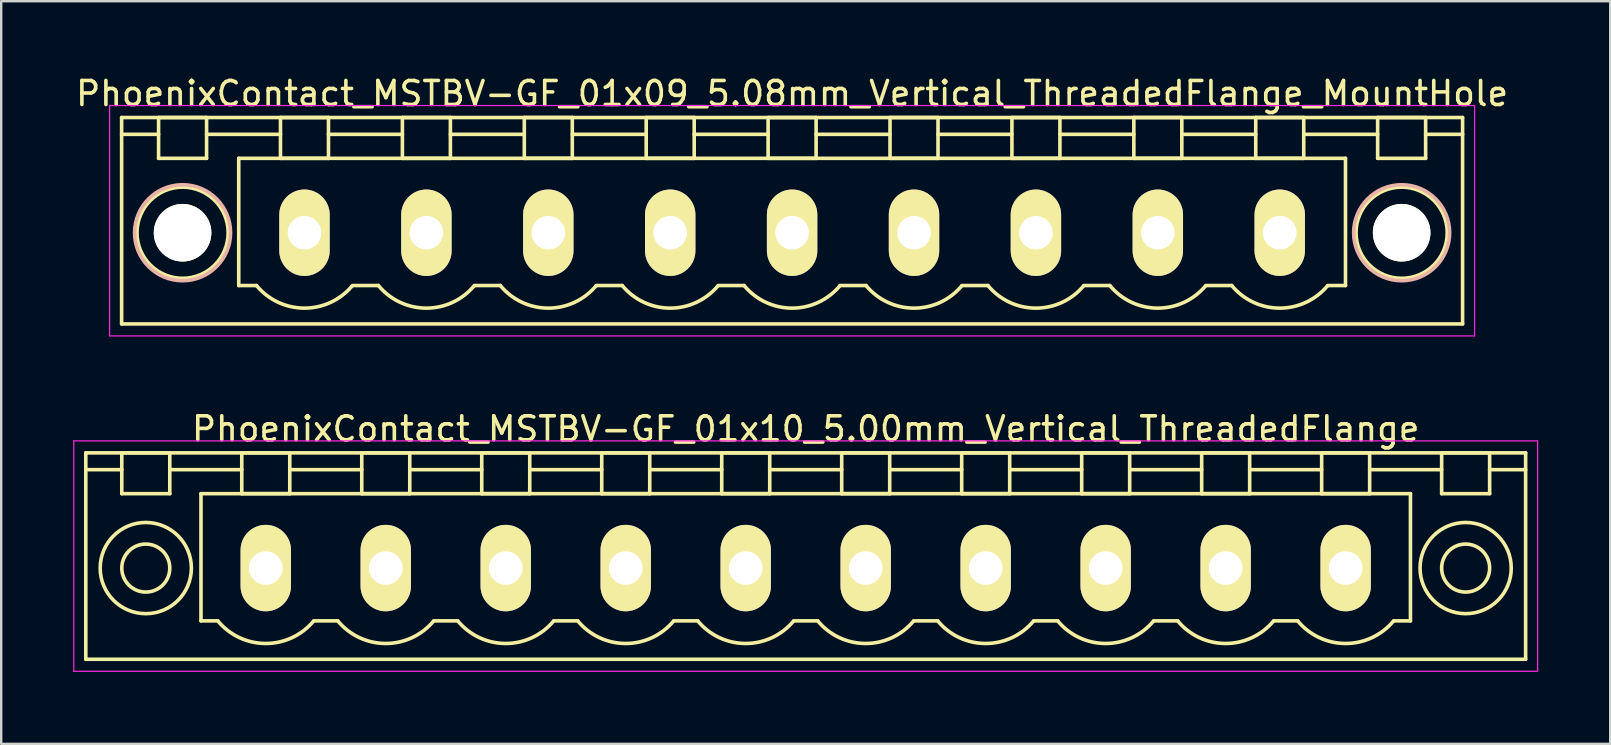
<source format=kicad_pcb>
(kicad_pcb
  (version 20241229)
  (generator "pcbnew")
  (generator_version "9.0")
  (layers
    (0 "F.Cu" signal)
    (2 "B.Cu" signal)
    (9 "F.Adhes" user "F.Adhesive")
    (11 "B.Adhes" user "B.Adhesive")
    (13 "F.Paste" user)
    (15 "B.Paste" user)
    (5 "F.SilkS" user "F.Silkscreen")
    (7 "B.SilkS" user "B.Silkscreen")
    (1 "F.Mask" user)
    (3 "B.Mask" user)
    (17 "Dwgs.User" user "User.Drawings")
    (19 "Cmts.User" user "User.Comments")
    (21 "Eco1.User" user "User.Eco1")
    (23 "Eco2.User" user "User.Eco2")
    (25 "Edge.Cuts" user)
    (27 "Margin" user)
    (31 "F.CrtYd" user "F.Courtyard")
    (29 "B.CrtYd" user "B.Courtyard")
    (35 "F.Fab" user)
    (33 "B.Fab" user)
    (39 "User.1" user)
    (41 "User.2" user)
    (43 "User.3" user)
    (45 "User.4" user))
  (footprint "PhoenixContact_MSTBV-GF_01x09_5.08mm_Vertical_ThreadedFlange_MountHole"
    (layer "F.Cu")
    (at 9.638 6.648)
    (property "Reference" "PhoenixContact_MSTBV-GF_01x09_5.08mm_Vertical_ThreadedFlange_MountHole" (at 20.32 -5.8 0) (layer "F.SilkS") (effects (font (size 1 1) (thickness 0.15))))
    (attr through_hole)
    (fp_line (start -7.62 -4.8) (end -7.62 3.8) (stroke (width 0.15) (type solid)) (layer "F.SilkS"))
    (fp_line (start -7.62 -4.1) (end -6.08 -4.1) (stroke (width 0.15) (type solid)) (layer "F.SilkS"))
    (fp_line (start -7.62 3.8) (end 48.26 3.8) (stroke (width 0.15) (type solid)) (layer "F.SilkS"))
    (fp_line (start -6.08 -4.8) (end -4.08 -4.8) (stroke (width 0.15) (type solid)) (layer "F.SilkS"))
    (fp_line (start -6.08 -3.1) (end -6.08 -4.8) (stroke (width 0.15) (type solid)) (layer "F.SilkS"))
    (fp_line (start -4.08 -4.8) (end -4.08 -3.1) (stroke (width 0.15) (type solid)) (layer "F.SilkS"))
    (fp_line (start -4.08 -4.1) (end -1 -4.1) (stroke (width 0.15) (type solid)) (layer "F.SilkS"))
    (fp_line (start -4.08 -3.1) (end -6.08 -3.1) (stroke (width 0.15) (type solid)) (layer "F.SilkS"))
    (fp_line (start -2.74 -3.1) (end 43.38 -3.1) (stroke (width 0.15) (type solid)) (layer "F.SilkS"))
    (fp_line (start -2.74 2.2) (end -2.74 -3.1) (stroke (width 0.15) (type solid)) (layer "F.SilkS"))
    (fp_line (start -2 2.2) (end -2.74 2.2) (stroke (width 0.15) (type solid)) (layer "F.SilkS"))
    (fp_line (start -1 -4.8) (end 1 -4.8) (stroke (width 0.15) (type solid)) (layer "F.SilkS"))
    (fp_line (start -1 -3.1) (end -1 -4.8) (stroke (width 0.15) (type solid)) (layer "F.SilkS"))
    (fp_line (start 1 -4.8) (end 1 -3.1) (stroke (width 0.15) (type solid)) (layer "F.SilkS"))
    (fp_line (start 1 -4.1) (end 4.08 -4.1) (stroke (width 0.15) (type solid)) (layer "F.SilkS"))
    (fp_line (start 1 -3.1) (end -1 -3.1) (stroke (width 0.15) (type solid)) (layer "F.SilkS"))
    (fp_line (start 2 2.2) (end 3.08 2.2) (stroke (width 0.15) (type solid)) (layer "F.SilkS"))
    (fp_line (start 4.08 -4.8) (end 6.08 -4.8) (stroke (width 0.15) (type solid)) (layer "F.SilkS"))
    (fp_line (start 4.08 -3.1) (end 4.08 -4.8) (stroke (width 0.15) (type solid)) (layer "F.SilkS"))
    (fp_line (start 6.08 -4.8) (end 6.08 -3.1) (stroke (width 0.15) (type solid)) (layer "F.SilkS"))
    (fp_line (start 6.08 -4.1) (end 9.16 -4.1) (stroke (width 0.15) (type solid)) (layer "F.SilkS"))
    (fp_line (start 6.08 -3.1) (end 4.08 -3.1) (stroke (width 0.15) (type solid)) (layer "F.SilkS"))
    (fp_line (start 7.08 2.2) (end 8.16 2.2) (stroke (width 0.15) (type solid)) (layer "F.SilkS"))
    (fp_line (start 9.16 -4.8) (end 11.16 -4.8) (stroke (width 0.15) (type solid)) (layer "F.SilkS"))
    (fp_line (start 9.16 -3.1) (end 9.16 -4.8) (stroke (width 0.15) (type solid)) (layer "F.SilkS"))
    (fp_line (start 11.16 -4.8) (end 11.16 -3.1) (stroke (width 0.15) (type solid)) (layer "F.SilkS"))
    (fp_line (start 11.16 -4.1) (end 14.24 -4.1) (stroke (width 0.15) (type solid)) (layer "F.SilkS"))
    (fp_line (start 11.16 -3.1) (end 9.16 -3.1) (stroke (width 0.15) (type solid)) (layer "F.SilkS"))
    (fp_line (start 12.16 2.2) (end 13.24 2.2) (stroke (width 0.15) (type solid)) (layer "F.SilkS"))
    (fp_line (start 14.24 -4.8) (end 16.24 -4.8) (stroke (width 0.15) (type solid)) (layer "F.SilkS"))
    (fp_line (start 14.24 -3.1) (end 14.24 -4.8) (stroke (width 0.15) (type solid)) (layer "F.SilkS"))
    (fp_line (start 16.24 -4.8) (end 16.24 -3.1) (stroke (width 0.15) (type solid)) (layer "F.SilkS"))
    (fp_line (start 16.24 -4.1) (end 19.32 -4.1) (stroke (width 0.15) (type solid)) (layer "F.SilkS"))
    (fp_line (start 16.24 -3.1) (end 14.24 -3.1) (stroke (width 0.15) (type solid)) (layer "F.SilkS"))
    (fp_line (start 17.24 2.2) (end 18.32 2.2) (stroke (width 0.15) (type solid)) (layer "F.SilkS"))
    (fp_line (start 19.32 -4.8) (end 21.32 -4.8) (stroke (width 0.15) (type solid)) (layer "F.SilkS"))
    (fp_line (start 19.32 -3.1) (end 19.32 -4.8) (stroke (width 0.15) (type solid)) (layer "F.SilkS"))
    (fp_line (start 21.32 -4.8) (end 21.32 -3.1) (stroke (width 0.15) (type solid)) (layer "F.SilkS"))
    (fp_line (start 21.32 -4.1) (end 24.4 -4.1) (stroke (width 0.15) (type solid)) (layer "F.SilkS"))
    (fp_line (start 21.32 -3.1) (end 19.32 -3.1) (stroke (width 0.15) (type solid)) (layer "F.SilkS"))
    (fp_line (start 22.32 2.2) (end 23.4 2.2) (stroke (width 0.15) (type solid)) (layer "F.SilkS"))
    (fp_line (start 24.4 -4.8) (end 26.4 -4.8) (stroke (width 0.15) (type solid)) (layer "F.SilkS"))
    (fp_line (start 24.4 -3.1) (end 24.4 -4.8) (stroke (width 0.15) (type solid)) (layer "F.SilkS"))
    (fp_line (start 26.4 -4.8) (end 26.4 -3.1) (stroke (width 0.15) (type solid)) (layer "F.SilkS"))
    (fp_line (start 26.4 -4.1) (end 29.48 -4.1) (stroke (width 0.15) (type solid)) (layer "F.SilkS"))
    (fp_line (start 26.4 -3.1) (end 24.4 -3.1) (stroke (width 0.15) (type solid)) (layer "F.SilkS"))
    (fp_line (start 27.4 2.2) (end 28.48 2.2) (stroke (width 0.15) (type solid)) (layer "F.SilkS"))
    (fp_line (start 29.48 -4.8) (end 31.48 -4.8) (stroke (width 0.15) (type solid)) (layer "F.SilkS"))
    (fp_line (start 29.48 -3.1) (end 29.48 -4.8) (stroke (width 0.15) (type solid)) (layer "F.SilkS"))
    (fp_line (start 31.48 -4.8) (end 31.48 -3.1) (stroke (width 0.15) (type solid)) (layer "F.SilkS"))
    (fp_line (start 31.48 -4.1) (end 34.56 -4.1) (stroke (width 0.15) (type solid)) (layer "F.SilkS"))
    (fp_line (start 31.48 -3.1) (end 29.48 -3.1) (stroke (width 0.15) (type solid)) (layer "F.SilkS"))
    (fp_line (start 32.48 2.2) (end 33.56 2.2) (stroke (width 0.15) (type solid)) (layer "F.SilkS"))
    (fp_line (start 34.56 -4.8) (end 36.56 -4.8) (stroke (width 0.15) (type solid)) (layer "F.SilkS"))
    (fp_line (start 34.56 -3.1) (end 34.56 -4.8) (stroke (width 0.15) (type solid)) (layer "F.SilkS"))
    (fp_line (start 36.56 -4.8) (end 36.56 -3.1) (stroke (width 0.15) (type solid)) (layer "F.SilkS"))
    (fp_line (start 36.56 -4.1) (end 39.64 -4.1) (stroke (width 0.15) (type solid)) (layer "F.SilkS"))
    (fp_line (start 36.56 -3.1) (end 34.56 -3.1) (stroke (width 0.15) (type solid)) (layer "F.SilkS"))
    (fp_line (start 37.56 2.2) (end 38.64 2.2) (stroke (width 0.15) (type solid)) (layer "F.SilkS"))
    (fp_line (start 39.64 -4.8) (end 41.64 -4.8) (stroke (width 0.15) (type solid)) (layer "F.SilkS"))
    (fp_line (start 39.64 -3.1) (end 39.64 -4.8) (stroke (width 0.15) (type solid)) (layer "F.SilkS"))
    (fp_line (start 41.64 -4.8) (end 41.64 -3.1) (stroke (width 0.15) (type solid)) (layer "F.SilkS"))
    (fp_line (start 41.64 -4.1) (end 44.72 -4.1) (stroke (width 0.15) (type solid)) (layer "F.SilkS"))
    (fp_line (start 41.64 -3.1) (end 39.64 -3.1) (stroke (width 0.15) (type solid)) (layer "F.SilkS"))
    (fp_line (start 43.38 -3.1) (end 43.38 2.2) (stroke (width 0.15) (type solid)) (layer "F.SilkS"))
    (fp_line (start 43.38 2.2) (end 42.64 2.2) (stroke (width 0.15) (type solid)) (layer "F.SilkS"))
    (fp_line (start 44.72 -4.8) (end 46.72 -4.8) (stroke (width 0.15) (type solid)) (layer "F.SilkS"))
    (fp_line (start 44.72 -3.1) (end 44.72 -4.8) (stroke (width 0.15) (type solid)) (layer "F.SilkS"))
    (fp_line (start 46.72 -4.8) (end 46.72 -3.1) (stroke (width 0.15) (type solid)) (layer "F.SilkS"))
    (fp_line (start 46.72 -3.1) (end 44.72 -3.1) (stroke (width 0.15) (type solid)) (layer "F.SilkS"))
    (fp_line (start 48.26 -4.8) (end -7.62 -4.8) (stroke (width 0.15) (type solid)) (layer "F.SilkS"))
    (fp_line (start 48.26 -4.1) (end 46.72 -4.1) (stroke (width 0.15) (type solid)) (layer "F.SilkS"))
    (fp_line (start 48.26 3.8) (end 48.26 -4.8) (stroke (width 0.15) (type solid)) (layer "F.SilkS"))
    (fp_arc (start 1.986842 2.215821) (mid -0.010289 3.142758) (end -2 2.2) (stroke (width 0.15) (type solid)) (layer "F.SilkS"))
    (fp_arc (start 7.066842 2.215821) (mid 5.069711 3.142758) (end 3.08 2.2) (stroke (width 0.15) (type solid)) (layer "F.SilkS"))
    (fp_arc (start 12.146842 2.215821) (mid 10.149711 3.142758) (end 8.16 2.2) (stroke (width 0.15) (type solid)) (layer "F.SilkS"))
    (fp_arc (start 17.226842 2.215821) (mid 15.229711 3.142758) (end 13.24 2.2) (stroke (width 0.15) (type solid)) (layer "F.SilkS"))
    (fp_arc (start 22.306842 2.215821) (mid 20.309711 3.142758) (end 18.32 2.2) (stroke (width 0.15) (type solid)) (layer "F.SilkS"))
    (fp_arc (start 27.386842 2.215821) (mid 25.389711 3.142758) (end 23.4 2.2) (stroke (width 0.15) (type solid)) (layer "F.SilkS"))
    (fp_arc (start 32.466842 2.215821) (mid 30.469711 3.142758) (end 28.48 2.2) (stroke (width 0.15) (type solid)) (layer "F.SilkS"))
    (fp_arc (start 37.546842 2.215821) (mid 35.549711 3.142758) (end 33.56 2.2) (stroke (width 0.15) (type solid)) (layer "F.SilkS"))
    (fp_arc (start 42.626842 2.215821) (mid 40.629711 3.142758) (end 38.64 2.2) (stroke (width 0.15) (type solid)) (layer "F.SilkS"))
    (fp_circle (center -5.08 0) (end -4.08 0) (stroke (width 0.15) (type solid)) (fill no) (layer "F.SilkS"))
    (fp_circle (center -5.08 0) (end -3.18 0) (stroke (width 0.15) (type solid)) (fill no) (layer "F.SilkS"))
    (fp_circle (center 45.72 0) (end 46.72 0) (stroke (width 0.15) (type solid)) (fill no) (layer "F.SilkS"))
    (fp_circle (center 45.72 0) (end 47.62 0) (stroke (width 0.15) (type solid)) (fill no) (layer "F.SilkS"))
    (fp_circle (center -5.08 0) (end -3.08 0) (stroke (width 0.15) (type solid)) (fill no) (layer "B.SilkS"))
    (fp_circle (center 45.72 0) (end 47.72 0) (stroke (width 0.15) (type solid)) (fill no) (layer "B.SilkS"))
    (fp_line (start -8.12 -5.3) (end -8.12 4.3) (stroke (width 0.05) (type solid)) (layer "F.CrtYd"))
    (fp_line (start -8.12 4.3) (end 48.76 4.3) (stroke (width 0.05) (type solid)) (layer "F.CrtYd"))
    (fp_line (start 48.76 -5.3) (end -8.12 -5.3) (stroke (width 0.05) (type solid)) (layer "F.CrtYd"))
    (fp_line (start 48.76 4.3) (end 48.76 -5.3) (stroke (width 0.05) (type solid)) (layer "F.CrtYd"))
    (pad "" np_thru_hole circle (at -5.08 0) (size 2.4 2.4) (drill 2.4) (layers "*.Cu" "*.Mask" "F.SilkS"))
    (pad "" np_thru_hole circle (at 45.72 0) (size 2.4 2.4) (drill 2.4) (layers "*.Cu" "*.Mask" "F.SilkS"))
    (pad "1" thru_hole oval (at 0 0) (size 2.1 3.6) (drill 1.4) (layers "*.Cu" "*.Mask" "F.SilkS"))
    (pad "2" thru_hole oval (at 5.08 0) (size 2.1 3.6) (drill 1.4) (layers "*.Cu" "*.Mask" "F.SilkS"))
    (pad "3" thru_hole oval (at 10.16 0) (size 2.1 3.6) (drill 1.4) (layers "*.Cu" "*.Mask" "F.SilkS"))
    (pad "4" thru_hole oval (at 15.24 0) (size 2.1 3.6) (drill 1.4) (layers "*.Cu" "*.Mask" "F.SilkS"))
    (pad "5" thru_hole oval (at 20.32 0) (size 2.1 3.6) (drill 1.4) (layers "*.Cu" "*.Mask" "F.SilkS"))
    (pad "6" thru_hole oval (at 25.4 0) (size 2.1 3.6) (drill 1.4) (layers "*.Cu" "*.Mask" "F.SilkS"))
    (pad "7" thru_hole oval (at 30.48 0) (size 2.1 3.6) (drill 1.4) (layers "*.Cu" "*.Mask" "F.SilkS"))
    (pad "8" thru_hole oval (at 35.56 0) (size 2.1 3.6) (drill 1.4) (layers "*.Cu" "*.Mask" "F.SilkS"))
    (pad "9" thru_hole oval (at 40.64 0) (size 2.1 3.6) (drill 1.4) (layers "*.Cu" "*.Mask" "F.SilkS")))
  (footprint "PhoenixContact_MSTBV-GF_01x10_5.00mm_Vertical_ThreadedFlange"
    (layer "F.Cu")
    (at 8.025 20.622)
    (property "Reference" "PhoenixContact_MSTBV-GF_01x10_5.00mm_Vertical_ThreadedFlange" (at 22.5 -5.8 0) (layer "F.SilkS") (effects (font (size 1 1) (thickness 0.15))))
    (attr through_hole)
    (fp_line (start -7.5 -4.8) (end -7.5 3.8) (stroke (width 0.15) (type solid)) (layer "F.SilkS"))
    (fp_line (start -7.5 -4.1) (end -6 -4.1) (stroke (width 0.15) (type solid)) (layer "F.SilkS"))
    (fp_line (start -7.5 3.8) (end 52.5 3.8) (stroke (width 0.15) (type solid)) (layer "F.SilkS"))
    (fp_line (start -6 -4.8) (end -4 -4.8) (stroke (width 0.15) (type solid)) (layer "F.SilkS"))
    (fp_line (start -6 -3.1) (end -6 -4.8) (stroke (width 0.15) (type solid)) (layer "F.SilkS"))
    (fp_line (start -4 -4.8) (end -4 -3.1) (stroke (width 0.15) (type solid)) (layer "F.SilkS"))
    (fp_line (start -4 -4.1) (end -1 -4.1) (stroke (width 0.15) (type solid)) (layer "F.SilkS"))
    (fp_line (start -4 -3.1) (end -6 -3.1) (stroke (width 0.15) (type solid)) (layer "F.SilkS"))
    (fp_line (start -2.7 -3.1) (end 47.7 -3.1) (stroke (width 0.15) (type solid)) (layer "F.SilkS"))
    (fp_line (start -2.7 2.2) (end -2.7 -3.1) (stroke (width 0.15) (type solid)) (layer "F.SilkS"))
    (fp_line (start -2 2.2) (end -2.7 2.2) (stroke (width 0.15) (type solid)) (layer "F.SilkS"))
    (fp_line (start -1 -4.8) (end 1 -4.8) (stroke (width 0.15) (type solid)) (layer "F.SilkS"))
    (fp_line (start -1 -3.1) (end -1 -4.8) (stroke (width 0.15) (type solid)) (layer "F.SilkS"))
    (fp_line (start 1 -4.8) (end 1 -3.1) (stroke (width 0.15) (type solid)) (layer "F.SilkS"))
    (fp_line (start 1 -4.1) (end 4 -4.1) (stroke (width 0.15) (type solid)) (layer "F.SilkS"))
    (fp_line (start 1 -3.1) (end -1 -3.1) (stroke (width 0.15) (type solid)) (layer "F.SilkS"))
    (fp_line (start 2 2.2) (end 3 2.2) (stroke (width 0.15) (type solid)) (layer "F.SilkS"))
    (fp_line (start 4 -4.8) (end 6 -4.8) (stroke (width 0.15) (type solid)) (layer "F.SilkS"))
    (fp_line (start 4 -3.1) (end 4 -4.8) (stroke (width 0.15) (type solid)) (layer "F.SilkS"))
    (fp_line (start 6 -4.8) (end 6 -3.1) (stroke (width 0.15) (type solid)) (layer "F.SilkS"))
    (fp_line (start 6 -4.1) (end 9 -4.1) (stroke (width 0.15) (type solid)) (layer "F.SilkS"))
    (fp_line (start 6 -3.1) (end 4 -3.1) (stroke (width 0.15) (type solid)) (layer "F.SilkS"))
    (fp_line (start 7 2.2) (end 8 2.2) (stroke (width 0.15) (type solid)) (layer "F.SilkS"))
    (fp_line (start 9 -4.8) (end 11 -4.8) (stroke (width 0.15) (type solid)) (layer "F.SilkS"))
    (fp_line (start 9 -3.1) (end 9 -4.8) (stroke (width 0.15) (type solid)) (layer "F.SilkS"))
    (fp_line (start 11 -4.8) (end 11 -3.1) (stroke (width 0.15) (type solid)) (layer "F.SilkS"))
    (fp_line (start 11 -4.1) (end 14 -4.1) (stroke (width 0.15) (type solid)) (layer "F.SilkS"))
    (fp_line (start 11 -3.1) (end 9 -3.1) (stroke (width 0.15) (type solid)) (layer "F.SilkS"))
    (fp_line (start 12 2.2) (end 13 2.2) (stroke (width 0.15) (type solid)) (layer "F.SilkS"))
    (fp_line (start 14 -4.8) (end 16 -4.8) (stroke (width 0.15) (type solid)) (layer "F.SilkS"))
    (fp_line (start 14 -3.1) (end 14 -4.8) (stroke (width 0.15) (type solid)) (layer "F.SilkS"))
    (fp_line (start 16 -4.8) (end 16 -3.1) (stroke (width 0.15) (type solid)) (layer "F.SilkS"))
    (fp_line (start 16 -4.1) (end 19 -4.1) (stroke (width 0.15) (type solid)) (layer "F.SilkS"))
    (fp_line (start 16 -3.1) (end 14 -3.1) (stroke (width 0.15) (type solid)) (layer "F.SilkS"))
    (fp_line (start 17 2.2) (end 18 2.2) (stroke (width 0.15) (type solid)) (layer "F.SilkS"))
    (fp_line (start 19 -4.8) (end 21 -4.8) (stroke (width 0.15) (type solid)) (layer "F.SilkS"))
    (fp_line (start 19 -3.1) (end 19 -4.8) (stroke (width 0.15) (type solid)) (layer "F.SilkS"))
    (fp_line (start 21 -4.8) (end 21 -3.1) (stroke (width 0.15) (type solid)) (layer "F.SilkS"))
    (fp_line (start 21 -4.1) (end 24 -4.1) (stroke (width 0.15) (type solid)) (layer "F.SilkS"))
    (fp_line (start 21 -3.1) (end 19 -3.1) (stroke (width 0.15) (type solid)) (layer "F.SilkS"))
    (fp_line (start 22 2.2) (end 23 2.2) (stroke (width 0.15) (type solid)) (layer "F.SilkS"))
    (fp_line (start 24 -4.8) (end 26 -4.8) (stroke (width 0.15) (type solid)) (layer "F.SilkS"))
    (fp_line (start 24 -3.1) (end 24 -4.8) (stroke (width 0.15) (type solid)) (layer "F.SilkS"))
    (fp_line (start 26 -4.8) (end 26 -3.1) (stroke (width 0.15) (type solid)) (layer "F.SilkS"))
    (fp_line (start 26 -4.1) (end 29 -4.1) (stroke (width 0.15) (type solid)) (layer "F.SilkS"))
    (fp_line (start 26 -3.1) (end 24 -3.1) (stroke (width 0.15) (type solid)) (layer "F.SilkS"))
    (fp_line (start 27 2.2) (end 28 2.2) (stroke (width 0.15) (type solid)) (layer "F.SilkS"))
    (fp_line (start 29 -4.8) (end 31 -4.8) (stroke (width 0.15) (type solid)) (layer "F.SilkS"))
    (fp_line (start 29 -3.1) (end 29 -4.8) (stroke (width 0.15) (type solid)) (layer "F.SilkS"))
    (fp_line (start 31 -4.8) (end 31 -3.1) (stroke (width 0.15) (type solid)) (layer "F.SilkS"))
    (fp_line (start 31 -4.1) (end 34 -4.1) (stroke (width 0.15) (type solid)) (layer "F.SilkS"))
    (fp_line (start 31 -3.1) (end 29 -3.1) (stroke (width 0.15) (type solid)) (layer "F.SilkS"))
    (fp_line (start 32 2.2) (end 33 2.2) (stroke (width 0.15) (type solid)) (layer "F.SilkS"))
    (fp_line (start 34 -4.8) (end 36 -4.8) (stroke (width 0.15) (type solid)) (layer "F.SilkS"))
    (fp_line (start 34 -3.1) (end 34 -4.8) (stroke (width 0.15) (type solid)) (layer "F.SilkS"))
    (fp_line (start 36 -4.8) (end 36 -3.1) (stroke (width 0.15) (type solid)) (layer "F.SilkS"))
    (fp_line (start 36 -4.1) (end 39 -4.1) (stroke (width 0.15) (type solid)) (layer "F.SilkS"))
    (fp_line (start 36 -3.1) (end 34 -3.1) (stroke (width 0.15) (type solid)) (layer "F.SilkS"))
    (fp_line (start 37 2.2) (end 38 2.2) (stroke (width 0.15) (type solid)) (layer "F.SilkS"))
    (fp_line (start 39 -4.8) (end 41 -4.8) (stroke (width 0.15) (type solid)) (layer "F.SilkS"))
    (fp_line (start 39 -3.1) (end 39 -4.8) (stroke (width 0.15) (type solid)) (layer "F.SilkS"))
    (fp_line (start 41 -4.8) (end 41 -3.1) (stroke (width 0.15) (type solid)) (layer "F.SilkS"))
    (fp_line (start 41 -4.1) (end 44 -4.1) (stroke (width 0.15) (type solid)) (layer "F.SilkS"))
    (fp_line (start 41 -3.1) (end 39 -3.1) (stroke (width 0.15) (type solid)) (layer "F.SilkS"))
    (fp_line (start 42 2.2) (end 43 2.2) (stroke (width 0.15) (type solid)) (layer "F.SilkS"))
    (fp_line (start 44 -4.8) (end 46 -4.8) (stroke (width 0.15) (type solid)) (layer "F.SilkS"))
    (fp_line (start 44 -3.1) (end 44 -4.8) (stroke (width 0.15) (type solid)) (layer "F.SilkS"))
    (fp_line (start 46 -4.8) (end 46 -3.1) (stroke (width 0.15) (type solid)) (layer "F.SilkS"))
    (fp_line (start 46 -4.1) (end 49 -4.1) (stroke (width 0.15) (type solid)) (layer "F.SilkS"))
    (fp_line (start 46 -3.1) (end 44 -3.1) (stroke (width 0.15) (type solid)) (layer "F.SilkS"))
    (fp_line (start 47.7 -3.1) (end 47.7 2.2) (stroke (width 0.15) (type solid)) (layer "F.SilkS"))
    (fp_line (start 47.7 2.2) (end 47 2.2) (stroke (width 0.15) (type solid)) (layer "F.SilkS"))
    (fp_line (start 49 -4.8) (end 51 -4.8) (stroke (width 0.15) (type solid)) (layer "F.SilkS"))
    (fp_line (start 49 -3.1) (end 49 -4.8) (stroke (width 0.15) (type solid)) (layer "F.SilkS"))
    (fp_line (start 51 -4.8) (end 51 -3.1) (stroke (width 0.15) (type solid)) (layer "F.SilkS"))
    (fp_line (start 51 -3.1) (end 49 -3.1) (stroke (width 0.15) (type solid)) (layer "F.SilkS"))
    (fp_line (start 52.5 -4.8) (end -7.5 -4.8) (stroke (width 0.15) (type solid)) (layer "F.SilkS"))
    (fp_line (start 52.5 -4.1) (end 51 -4.1) (stroke (width 0.15) (type solid)) (layer "F.SilkS"))
    (fp_line (start 52.5 3.8) (end 52.5 -4.8) (stroke (width 0.15) (type solid)) (layer "F.SilkS"))
    (fp_arc (start 1.986842 2.215821) (mid -0.010289 3.142758) (end -2 2.2) (stroke (width 0.15) (type solid)) (layer "F.SilkS"))
    (fp_arc (start 6.986842 2.215821) (mid 4.989711 3.142758) (end 3 2.2) (stroke (width 0.15) (type solid)) (layer "F.SilkS"))
    (fp_arc (start 11.986842 2.215821) (mid 9.989711 3.142758) (end 8 2.2) (stroke (width 0.15) (type solid)) (layer "F.SilkS"))
    (fp_arc (start 16.986842 2.215821) (mid 14.989711 3.142758) (end 13 2.2) (stroke (width 0.15) (type solid)) (layer "F.SilkS"))
    (fp_arc (start 21.986842 2.215821) (mid 19.989711 3.142758) (end 18 2.2) (stroke (width 0.15) (type solid)) (layer "F.SilkS"))
    (fp_arc (start 26.986842 2.215821) (mid 24.989711 3.142758) (end 23 2.2) (stroke (width 0.15) (type solid)) (layer "F.SilkS"))
    (fp_arc (start 31.986842 2.215821) (mid 29.989711 3.142758) (end 28 2.2) (stroke (width 0.15) (type solid)) (layer "F.SilkS"))
    (fp_arc (start 36.986842 2.215821) (mid 34.989711 3.142758) (end 33 2.2) (stroke (width 0.15) (type solid)) (layer "F.SilkS"))
    (fp_arc (start 41.986842 2.215821) (mid 39.989711 3.142758) (end 38 2.2) (stroke (width 0.15) (type solid)) (layer "F.SilkS"))
    (fp_arc (start 46.986842 2.215821) (mid 44.989711 3.142758) (end 43 2.2) (stroke (width 0.15) (type solid)) (layer "F.SilkS"))
    (fp_circle (center -5 0) (end -4 0) (stroke (width 0.15) (type solid)) (fill no) (layer "F.SilkS"))
    (fp_circle (center -5 0) (end -3.1 0) (stroke (width 0.15) (type solid)) (fill no) (layer "F.SilkS"))
    (fp_circle (center 50 0) (end 51 0) (stroke (width 0.15) (type solid)) (fill no) (layer "F.SilkS"))
    (fp_circle (center 50 0) (end 51.9 0) (stroke (width 0.15) (type solid)) (fill no) (layer "F.SilkS"))
    (fp_line (start -8 -5.3) (end -8 4.3) (stroke (width 0.05) (type solid)) (layer "F.CrtYd"))
    (fp_line (start -8 4.3) (end 53 4.3) (stroke (width 0.05) (type solid)) (layer "F.CrtYd"))
    (fp_line (start 53 -5.3) (end -8 -5.3) (stroke (width 0.05) (type solid)) (layer "F.CrtYd"))
    (fp_line (start 53 4.3) (end 53 -5.3) (stroke (width 0.05) (type solid)) (layer "F.CrtYd"))
    (pad "1" thru_hole oval (at 0 0) (size 2.1 3.6) (drill 1.4) (layers "*.Cu" "*.Mask" "F.SilkS"))
    (pad "2" thru_hole oval (at 5 0) (size 2.1 3.6) (drill 1.4) (layers "*.Cu" "*.Mask" "F.SilkS"))
    (pad "3" thru_hole oval (at 10 0) (size 2.1 3.6) (drill 1.4) (layers "*.Cu" "*.Mask" "F.SilkS"))
    (pad "4" thru_hole oval (at 15 0) (size 2.1 3.6) (drill 1.4) (layers "*.Cu" "*.Mask" "F.SilkS"))
    (pad "5" thru_hole oval (at 20 0) (size 2.1 3.6) (drill 1.4) (layers "*.Cu" "*.Mask" "F.SilkS"))
    (pad "6" thru_hole oval (at 25 0) (size 2.1 3.6) (drill 1.4) (layers "*.Cu" "*.Mask" "F.SilkS"))
    (pad "7" thru_hole oval (at 30 0) (size 2.1 3.6) (drill 1.4) (layers "*.Cu" "*.Mask" "F.SilkS"))
    (pad "8" thru_hole oval (at 35 0) (size 2.1 3.6) (drill 1.4) (layers "*.Cu" "*.Mask" "F.SilkS"))
    (pad "9" thru_hole oval (at 40 0) (size 2.1 3.6) (drill 1.4) (layers "*.Cu" "*.Mask" "F.SilkS"))
    (pad "10" thru_hole oval (at 45 0) (size 2.1 3.6) (drill 1.4) (layers "*.Cu" "*.Mask" "F.SilkS")))
  (gr_rect
    (start -3 -3)
    (end 64.05 27.947)
    (stroke (width 0.1) (type default))
    (fill no)
    (layer "Edge.Cuts")))
</source>
